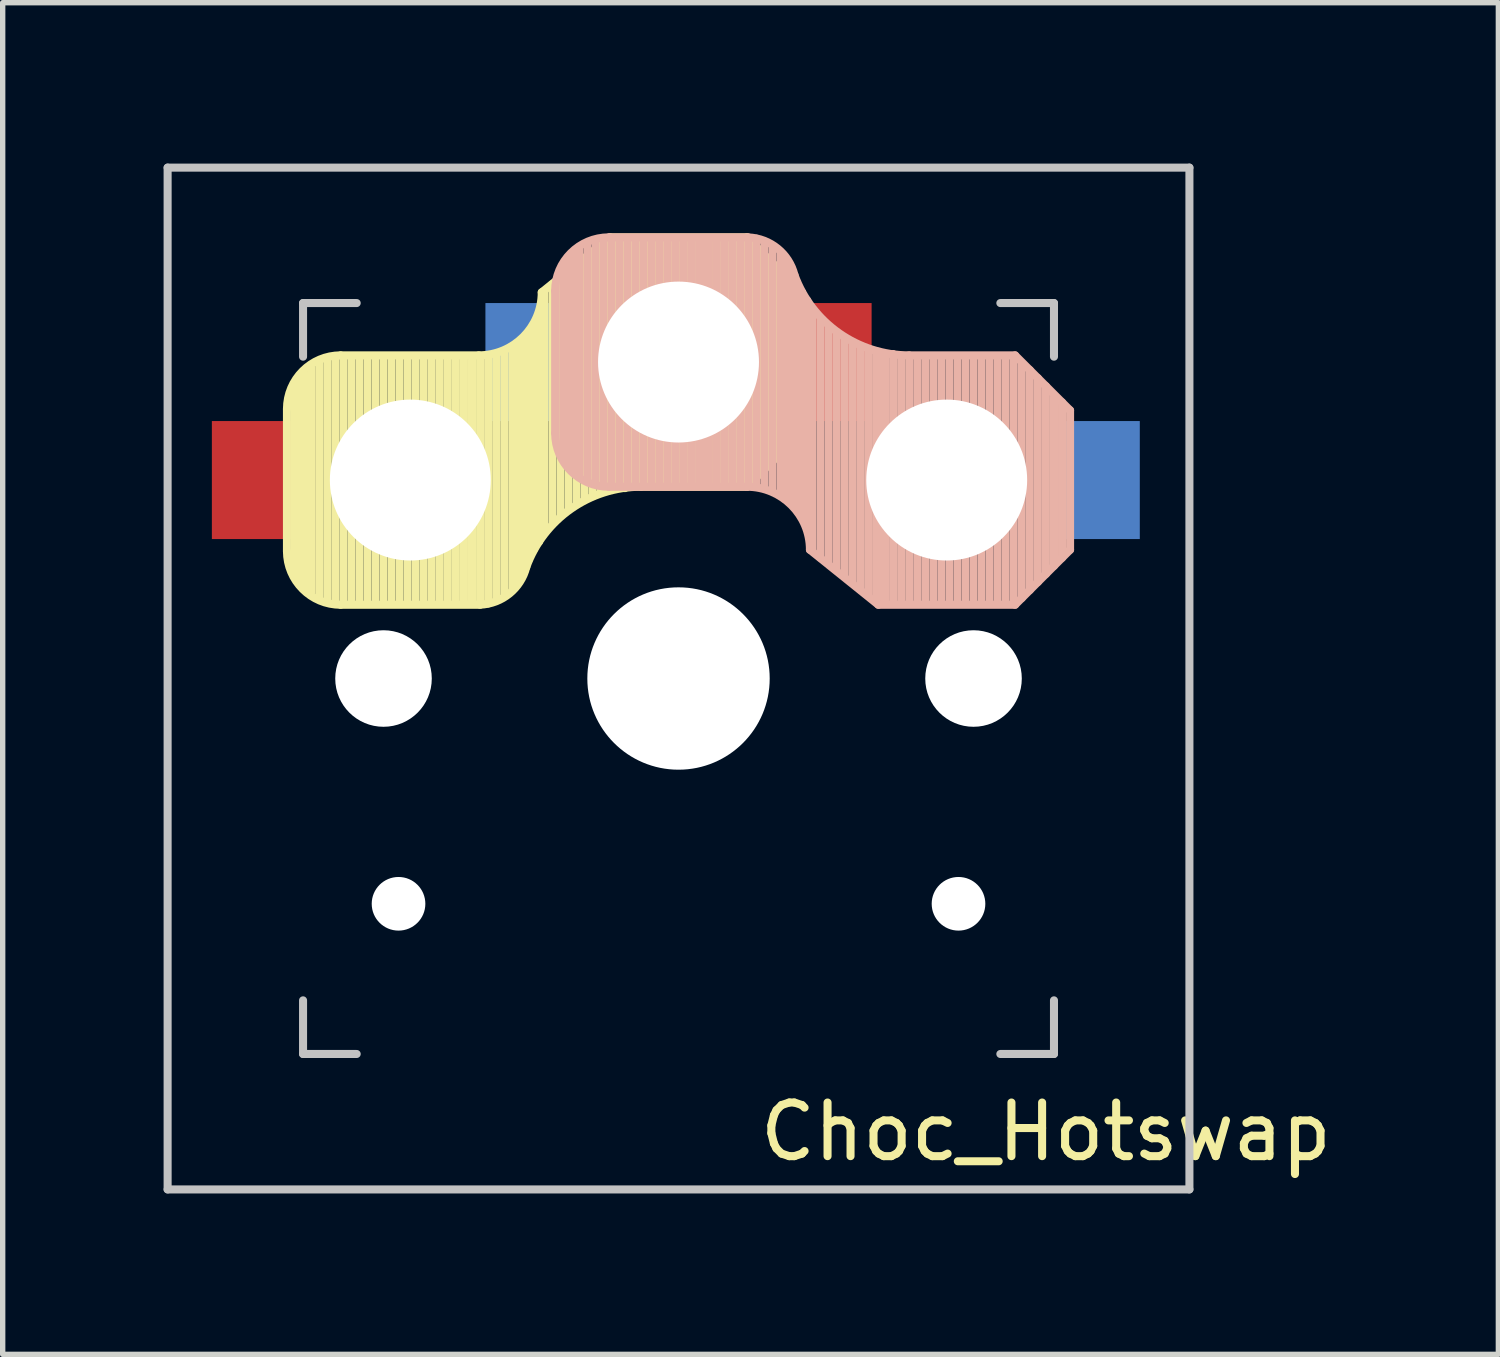
<source format=kicad_pcb>
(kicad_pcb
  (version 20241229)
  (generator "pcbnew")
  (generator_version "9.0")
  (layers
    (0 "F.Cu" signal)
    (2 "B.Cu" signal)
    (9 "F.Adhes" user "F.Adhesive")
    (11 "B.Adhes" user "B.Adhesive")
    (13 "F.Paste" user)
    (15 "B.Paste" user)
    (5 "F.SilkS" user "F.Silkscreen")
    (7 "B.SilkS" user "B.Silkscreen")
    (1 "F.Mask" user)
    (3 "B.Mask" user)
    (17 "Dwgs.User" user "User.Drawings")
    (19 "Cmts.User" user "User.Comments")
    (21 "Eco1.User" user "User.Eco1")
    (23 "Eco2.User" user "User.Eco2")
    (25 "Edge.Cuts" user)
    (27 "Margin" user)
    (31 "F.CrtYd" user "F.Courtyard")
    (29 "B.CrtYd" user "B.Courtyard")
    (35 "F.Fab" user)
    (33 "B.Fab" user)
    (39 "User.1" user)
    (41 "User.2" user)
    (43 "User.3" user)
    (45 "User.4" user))
  (footprint "Choc_Hotswap"
    (layer "F.Cu")
    (at 9.6 9.6)
    (property "Reference" "Choc_Hotswap" (at 6.85 8.45 180) (layer "F.SilkS") (effects (font (size 1 1) (thickness 0.15))))
    (attr through_hole)
    (fp_line (start -7.3 -5.025) (end -7.3 -2.375) (stroke (width 0.15) (type solid)) (layer "F.SilkS"))
    (fp_line (start -7.15 -1.95) (end -7.15 -5.5) (stroke (width 0.15) (type solid)) (layer "F.SilkS"))
    (fp_line (start -7.05 -1.8) (end -7.05 -5.55) (stroke (width 0.15) (type solid)) (layer "F.SilkS"))
    (fp_line (start -6.95 -1.7) (end -6.95 -5.65) (stroke (width 0.15) (type solid)) (layer "F.SilkS"))
    (fp_line (start -6.85 -1.6) (end -6.85 -5.8) (stroke (width 0.15) (type solid)) (layer "F.SilkS"))
    (fp_line (start -6.7 -1.5) (end -6.7 -5.9) (stroke (width 0.15) (type solid)) (layer "F.SilkS"))
    (fp_line (start -6.55 -1.45) (end -6.55 -5.95) (stroke (width 0.15) (type solid)) (layer "F.SilkS"))
    (fp_line (start -6.4 -1.4) (end -6.4 -5.95) (stroke (width 0.15) (type solid)) (layer "F.SilkS"))
    (fp_line (start -6.3 -6.025) (end -3.725 -6.025) (stroke (width 0.15) (type solid)) (layer "F.SilkS"))
    (fp_line (start -6.3 -1.375) (end -3.7 -1.375) (stroke (width 0.15) (type solid)) (layer "F.SilkS"))
    (fp_line (start -6.25 -1.4) (end -6.25 -6) (stroke (width 0.15) (type solid)) (layer "F.SilkS"))
    (fp_line (start -6.1 -1.4) (end -6.1 -6) (stroke (width 0.15) (type solid)) (layer "F.SilkS"))
    (fp_line (start -5.95 -1.4) (end -5.95 -6) (stroke (width 0.15) (type solid)) (layer "F.SilkS"))
    (fp_line (start -5.8 -1.4) (end -5.8 -6) (stroke (width 0.15) (type solid)) (layer "F.SilkS"))
    (fp_line (start -5.65 -1.4) (end -5.65 -6) (stroke (width 0.15) (type solid)) (layer "F.SilkS"))
    (fp_line (start -5.5 -1.4) (end -5.5 -6) (stroke (width 0.15) (type solid)) (layer "F.SilkS"))
    (fp_line (start -5.35 -1.4) (end -5.35 -6) (stroke (width 0.15) (type solid)) (layer "F.SilkS"))
    (fp_line (start -5.2 -1.4) (end -5.2 -6) (stroke (width 0.15) (type solid)) (layer "F.SilkS"))
    (fp_line (start -5.05 -1.4) (end -5.05 -6) (stroke (width 0.15) (type solid)) (layer "F.SilkS"))
    (fp_line (start -4.9 -1.4) (end -4.9 -6) (stroke (width 0.15) (type solid)) (layer "F.SilkS"))
    (fp_line (start -4.75 -1.4) (end -4.75 -6) (stroke (width 0.15) (type solid)) (layer "F.SilkS"))
    (fp_line (start -4.6 -1.4) (end -4.6 -6) (stroke (width 0.15) (type solid)) (layer "F.SilkS"))
    (fp_line (start -4.45 -1.4) (end -4.45 -6) (stroke (width 0.15) (type solid)) (layer "F.SilkS"))
    (fp_line (start -4.3 -1.4) (end -4.3 -6) (stroke (width 0.15) (type solid)) (layer "F.SilkS"))
    (fp_line (start -4.15 -1.4) (end -4.15 -6) (stroke (width 0.15) (type solid)) (layer "F.SilkS"))
    (fp_line (start -4 -1.4) (end -4 -6) (stroke (width 0.15) (type solid)) (layer "F.SilkS"))
    (fp_line (start -3.85 -1.4) (end -3.85 -5.95) (stroke (width 0.15) (type solid)) (layer "F.SilkS"))
    (fp_line (start -3.7 -1.4) (end -3.7 -6) (stroke (width 0.15) (type solid)) (layer "F.SilkS"))
    (fp_line (start -3.55 -1.4) (end -3.55 -6) (stroke (width 0.15) (type solid)) (layer "F.SilkS"))
    (fp_line (start -3.4 -1.45) (end -3.4 -6) (stroke (width 0.15) (type solid)) (layer "F.SilkS"))
    (fp_line (start -3.25 -1.55) (end -3.25 -6.1) (stroke (width 0.15) (type solid)) (layer "F.SilkS"))
    (fp_line (start -3.1 -1.65) (end -3.1 -6.15) (stroke (width 0.15) (type solid)) (layer "F.SilkS"))
    (fp_line (start -3 -1.8) (end -3 -6.2) (stroke (width 0.15) (type solid)) (layer "F.SilkS"))
    (fp_line (start -2.9 -2.05) (end -2.9 -6.25) (stroke (width 0.15) (type solid)) (layer "F.SilkS"))
    (fp_line (start -2.8 -2.2) (end -2.8 -6.35) (stroke (width 0.15) (type solid)) (layer "F.SilkS"))
    (fp_line (start -2.7 -2.4) (end -2.7 -6.55) (stroke (width 0.15) (type solid)) (layer "F.SilkS"))
    (fp_line (start -2.6 -2.55) (end -2.6 -6.7) (stroke (width 0.15) (type solid)) (layer "F.SilkS"))
    (fp_line (start -2.5 -2.75) (end -2.5 -7.2) (stroke (width 0.15) (type solid)) (layer "F.SilkS"))
    (fp_line (start -2.35 -2.9) (end -2.35 -7.35) (stroke (width 0.15) (type solid)) (layer "F.SilkS"))
    (fp_line (start -2.2 -3.05) (end -2.2 -7.45) (stroke (width 0.15) (type solid)) (layer "F.SilkS"))
    (fp_line (start -2.05 -3.15) (end -2.05 -7.55) (stroke (width 0.15) (type solid)) (layer "F.SilkS"))
    (fp_line (start -1.9 -3.25) (end -1.9 -7.7) (stroke (width 0.15) (type solid)) (layer "F.SilkS"))
    (fp_line (start -1.75 -3.35) (end -1.75 -7.8) (stroke (width 0.15) (type solid)) (layer "F.SilkS"))
    (fp_line (start -1.6 -3.4) (end -1.6 -7.95) (stroke (width 0.15) (type solid)) (layer "F.SilkS"))
    (fp_line (start -1.45 -3.5) (end -1.45 -8.05) (stroke (width 0.15) (type solid)) (layer "F.SilkS"))
    (fp_line (start -1.3 -3.55) (end -1.3 -8.15) (stroke (width 0.15) (type solid)) (layer "F.SilkS"))
    (fp_line (start -1.275 -8.225) (end -2.55 -7.2) (stroke (width 0.15) (type solid)) (layer "F.SilkS"))
    (fp_line (start -1.275 -8.225) (end 1.275 -8.225) (stroke (width 0.15) (type solid)) (layer "F.SilkS"))
    (fp_line (start -1.15 -3.55) (end -1.15 -8.2) (stroke (width 0.15) (type solid)) (layer "F.SilkS"))
    (fp_line (start -1 -3.55) (end -1 -8.2) (stroke (width 0.15) (type solid)) (layer "F.SilkS"))
    (fp_line (start -0.85 -3.6) (end -0.85 -8.15) (stroke (width 0.15) (type solid)) (layer "F.SilkS"))
    (fp_line (start -0.7 -3.6) (end -0.7 -8.2) (stroke (width 0.15) (type solid)) (layer "F.SilkS"))
    (fp_line (start -0.7 -3.575) (end 1.275 -3.575) (stroke (width 0.15) (type solid)) (layer "F.SilkS"))
    (fp_line (start -0.55 -3.6) (end -0.55 -8.2) (stroke (width 0.15) (type solid)) (layer "F.SilkS"))
    (fp_line (start -0.4 -3.6) (end -0.4 -8.2) (stroke (width 0.15) (type solid)) (layer "F.SilkS"))
    (fp_line (start -0.25 -3.6) (end -0.25 -8.2) (stroke (width 0.15) (type solid)) (layer "F.SilkS"))
    (fp_line (start -0.1 -3.6) (end -0.1 -8.2) (stroke (width 0.15) (type solid)) (layer "F.SilkS"))
    (fp_line (start 0.05 -3.6) (end 0.05 -8.2) (stroke (width 0.15) (type solid)) (layer "F.SilkS"))
    (fp_line (start 0.2 -3.6) (end 0.2 -8.2) (stroke (width 0.15) (type solid)) (layer "F.SilkS"))
    (fp_line (start 0.35 -3.6) (end 0.35 -8.2) (stroke (width 0.15) (type solid)) (layer "F.SilkS"))
    (fp_line (start 0.5 -3.6) (end 0.5 -8.2) (stroke (width 0.15) (type solid)) (layer "F.SilkS"))
    (fp_line (start 0.65 -3.6) (end 0.65 -8.2) (stroke (width 0.15) (type solid)) (layer "F.SilkS"))
    (fp_line (start 0.8 -3.6) (end 0.8 -8.2) (stroke (width 0.15) (type solid)) (layer "F.SilkS"))
    (fp_line (start 0.95 -3.6) (end 0.95 -8.2) (stroke (width 0.15) (type solid)) (layer "F.SilkS"))
    (fp_line (start 1.1 -3.6) (end 1.1 -8.2) (stroke (width 0.15) (type solid)) (layer "F.SilkS"))
    (fp_line (start 1.25 -3.6) (end 1.25 -8.2) (stroke (width 0.15) (type solid)) (layer "F.SilkS"))
    (fp_line (start 1.4 -3.75) (end 1.4 -8.1) (stroke (width 0.15) (type solid)) (layer "F.SilkS"))
    (fp_line (start 1.55 -3.85) (end 1.55 -7.95) (stroke (width 0.15) (type solid)) (layer "F.SilkS"))
    (fp_line (start 1.7 -4) (end 1.7 -7.8) (stroke (width 0.15) (type solid)) (layer "F.SilkS"))
    (fp_line (start 1.85 -4.15) (end 1.85 -7.65) (stroke (width 0.15) (type solid)) (layer "F.SilkS"))
    (fp_line (start 2 -4.35) (end 2 -7.5) (stroke (width 0.15) (type solid)) (layer "F.SilkS"))
    (fp_line (start 2.15 -4.45) (end 2.15 -7.35) (stroke (width 0.15) (type solid)) (layer "F.SilkS"))
    (fp_line (start 2.3 -7.2) (end 1.275 -8.225) (stroke (width 0.15) (type solid)) (layer "F.SilkS"))
    (fp_line (start 2.3 -7.2) (end 2.3 -4.6) (stroke (width 0.15) (type solid)) (layer "F.SilkS"))
    (fp_line (start 2.3 -4.6) (end 1.275 -3.575) (stroke (width 0.15) (type solid)) (layer "F.SilkS"))
    (fp_arc (start -7.3 -5.025) (mid -7.007107 -5.732107) (end -6.3 -6.025) (stroke (width 0.15) (type solid)) (layer "F.SilkS"))
    (fp_arc (start -6.3 -1.375) (mid -7.007107 -1.667893) (end -7.3 -2.375) (stroke (width 0.15) (type solid)) (layer "F.SilkS"))
    (fp_arc (start -2.837801 -2.078096) (mid -3.151716 -1.583979) (end -3.699005 -1.376209) (stroke (width 0.15) (type solid)) (layer "F.SilkS"))
    (fp_arc (start -2.837801 -2.078096) (mid -2.004887 -3.163571) (end -0.7 -3.575) (stroke (width 0.15) (type solid)) (layer "F.SilkS"))
    (fp_arc (start -2.55 -7.2) (mid -2.89415 -6.36915) (end -3.725 -6.025) (stroke (width 0.15) (type solid)) (layer "F.SilkS"))
    (fp_line (start -2.3 -4.575) (end -2.3 -7.225) (stroke (width 0.15) (type solid)) (layer "B.SilkS"))
    (fp_line (start -2.15 -7.65) (end -2.15 -4.1) (stroke (width 0.15) (type solid)) (layer "B.SilkS"))
    (fp_line (start -2.05 -7.8) (end -2.05 -4.05) (stroke (width 0.15) (type solid)) (layer "B.SilkS"))
    (fp_line (start -1.95 -7.9) (end -1.95 -3.95) (stroke (width 0.15) (type solid)) (layer "B.SilkS"))
    (fp_line (start -1.85 -8) (end -1.85 -3.8) (stroke (width 0.15) (type solid)) (layer "B.SilkS"))
    (fp_line (start -1.7 -8.1) (end -1.7 -3.7) (stroke (width 0.15) (type solid)) (layer "B.SilkS"))
    (fp_line (start -1.55 -8.15) (end -1.55 -3.65) (stroke (width 0.15) (type solid)) (layer "B.SilkS"))
    (fp_line (start -1.4 -8.2) (end -1.4 -3.65) (stroke (width 0.15) (type solid)) (layer "B.SilkS"))
    (fp_line (start -1.3 -8.225) (end 1.3 -8.225) (stroke (width 0.15) (type solid)) (layer "B.SilkS"))
    (fp_line (start -1.3 -3.575) (end 1.275 -3.575) (stroke (width 0.15) (type solid)) (layer "B.SilkS"))
    (fp_line (start -1.25 -8.2) (end -1.25 -3.6) (stroke (width 0.15) (type solid)) (layer "B.SilkS"))
    (fp_line (start -1.1 -8.2) (end -1.1 -3.6) (stroke (width 0.15) (type solid)) (layer "B.SilkS"))
    (fp_line (start -0.95 -8.2) (end -0.95 -3.6) (stroke (width 0.15) (type solid)) (layer "B.SilkS"))
    (fp_line (start -0.8 -8.2) (end -0.8 -3.6) (stroke (width 0.15) (type solid)) (layer "B.SilkS"))
    (fp_line (start -0.65 -8.2) (end -0.65 -3.6) (stroke (width 0.15) (type solid)) (layer "B.SilkS"))
    (fp_line (start -0.5 -8.2) (end -0.5 -3.6) (stroke (width 0.15) (type solid)) (layer "B.SilkS"))
    (fp_line (start -0.35 -8.2) (end -0.35 -3.6) (stroke (width 0.15) (type solid)) (layer "B.SilkS"))
    (fp_line (start -0.2 -8.2) (end -0.2 -3.6) (stroke (width 0.15) (type solid)) (layer "B.SilkS"))
    (fp_line (start -0.05 -8.2) (end -0.05 -3.6) (stroke (width 0.15) (type solid)) (layer "B.SilkS"))
    (fp_line (start 0.1 -8.2) (end 0.1 -3.6) (stroke (width 0.15) (type solid)) (layer "B.SilkS"))
    (fp_line (start 0.25 -8.2) (end 0.25 -3.6) (stroke (width 0.15) (type solid)) (layer "B.SilkS"))
    (fp_line (start 0.4 -8.2) (end 0.4 -3.6) (stroke (width 0.15) (type solid)) (layer "B.SilkS"))
    (fp_line (start 0.55 -8.2) (end 0.55 -3.6) (stroke (width 0.15) (type solid)) (layer "B.SilkS"))
    (fp_line (start 0.7 -8.2) (end 0.7 -3.6) (stroke (width 0.15) (type solid)) (layer "B.SilkS"))
    (fp_line (start 0.85 -8.2) (end 0.85 -3.6) (stroke (width 0.15) (type solid)) (layer "B.SilkS"))
    (fp_line (start 1 -8.2) (end 1 -3.6) (stroke (width 0.15) (type solid)) (layer "B.SilkS"))
    (fp_line (start 1.15 -8.2) (end 1.15 -3.65) (stroke (width 0.15) (type solid)) (layer "B.SilkS"))
    (fp_line (start 1.3 -8.2) (end 1.3 -3.6) (stroke (width 0.15) (type solid)) (layer "B.SilkS"))
    (fp_line (start 1.45 -8.2) (end 1.45 -3.6) (stroke (width 0.15) (type solid)) (layer "B.SilkS"))
    (fp_line (start 1.6 -8.15) (end 1.6 -3.6) (stroke (width 0.15) (type solid)) (layer "B.SilkS"))
    (fp_line (start 1.75 -8.05) (end 1.75 -3.5) (stroke (width 0.15) (type solid)) (layer "B.SilkS"))
    (fp_line (start 1.9 -7.95) (end 1.9 -3.45) (stroke (width 0.15) (type solid)) (layer "B.SilkS"))
    (fp_line (start 2 -7.8) (end 2 -3.4) (stroke (width 0.15) (type solid)) (layer "B.SilkS"))
    (fp_line (start 2.1 -7.55) (end 2.1 -3.35) (stroke (width 0.15) (type solid)) (layer "B.SilkS"))
    (fp_line (start 2.2 -7.4) (end 2.2 -3.25) (stroke (width 0.15) (type solid)) (layer "B.SilkS"))
    (fp_line (start 2.3 -7.2) (end 2.3 -3.05) (stroke (width 0.15) (type solid)) (layer "B.SilkS"))
    (fp_line (start 2.4 -7.05) (end 2.4 -2.9) (stroke (width 0.15) (type solid)) (layer "B.SilkS"))
    (fp_line (start 2.5 -6.85) (end 2.5 -2.4) (stroke (width 0.15) (type solid)) (layer "B.SilkS"))
    (fp_line (start 2.65 -6.7) (end 2.65 -2.25) (stroke (width 0.15) (type solid)) (layer "B.SilkS"))
    (fp_line (start 2.8 -6.55) (end 2.8 -2.15) (stroke (width 0.15) (type solid)) (layer "B.SilkS"))
    (fp_line (start 2.95 -6.45) (end 2.95 -2.05) (stroke (width 0.15) (type solid)) (layer "B.SilkS"))
    (fp_line (start 3.1 -6.35) (end 3.1 -1.9) (stroke (width 0.15) (type solid)) (layer "B.SilkS"))
    (fp_line (start 3.25 -6.25) (end 3.25 -1.8) (stroke (width 0.15) (type solid)) (layer "B.SilkS"))
    (fp_line (start 3.4 -6.2) (end 3.4 -1.65) (stroke (width 0.15) (type solid)) (layer "B.SilkS"))
    (fp_line (start 3.55 -6.1) (end 3.55 -1.55) (stroke (width 0.15) (type solid)) (layer "B.SilkS"))
    (fp_line (start 3.7 -6.05) (end 3.7 -1.45) (stroke (width 0.15) (type solid)) (layer "B.SilkS"))
    (fp_line (start 3.725 -1.375) (end 2.45 -2.4) (stroke (width 0.15) (type solid)) (layer "B.SilkS"))
    (fp_line (start 3.725 -1.375) (end 6.275 -1.375) (stroke (width 0.15) (type solid)) (layer "B.SilkS"))
    (fp_line (start 3.85 -6.05) (end 3.85 -1.4) (stroke (width 0.15) (type solid)) (layer "B.SilkS"))
    (fp_line (start 4 -6.05) (end 4 -1.4) (stroke (width 0.15) (type solid)) (layer "B.SilkS"))
    (fp_line (start 4.15 -6) (end 4.15 -1.45) (stroke (width 0.15) (type solid)) (layer "B.SilkS"))
    (fp_line (start 4.3 -6.025) (end 6.275 -6.025) (stroke (width 0.15) (type solid)) (layer "B.SilkS"))
    (fp_line (start 4.3 -6) (end 4.3 -1.4) (stroke (width 0.15) (type solid)) (layer "B.SilkS"))
    (fp_line (start 4.45 -6) (end 4.45 -1.4) (stroke (width 0.15) (type solid)) (layer "B.SilkS"))
    (fp_line (start 4.6 -6) (end 4.6 -1.4) (stroke (width 0.15) (type solid)) (layer "B.SilkS"))
    (fp_line (start 4.75 -6) (end 4.75 -1.4) (stroke (width 0.15) (type solid)) (layer "B.SilkS"))
    (fp_line (start 4.9 -6) (end 4.9 -1.4) (stroke (width 0.15) (type solid)) (layer "B.SilkS"))
    (fp_line (start 5.05 -6) (end 5.05 -1.4) (stroke (width 0.15) (type solid)) (layer "B.SilkS"))
    (fp_line (start 5.2 -6) (end 5.2 -1.4) (stroke (width 0.15) (type solid)) (layer "B.SilkS"))
    (fp_line (start 5.35 -6) (end 5.35 -1.4) (stroke (width 0.15) (type solid)) (layer "B.SilkS"))
    (fp_line (start 5.5 -6) (end 5.5 -1.4) (stroke (width 0.15) (type solid)) (layer "B.SilkS"))
    (fp_line (start 5.65 -6) (end 5.65 -1.4) (stroke (width 0.15) (type solid)) (layer "B.SilkS"))
    (fp_line (start 5.8 -6) (end 5.8 -1.4) (stroke (width 0.15) (type solid)) (layer "B.SilkS"))
    (fp_line (start 5.95 -6) (end 5.95 -1.4) (stroke (width 0.15) (type solid)) (layer "B.SilkS"))
    (fp_line (start 6.1 -6) (end 6.1 -1.4) (stroke (width 0.15) (type solid)) (layer "B.SilkS"))
    (fp_line (start 6.25 -6) (end 6.25 -1.4) (stroke (width 0.15) (type solid)) (layer "B.SilkS"))
    (fp_line (start 6.4 -5.85) (end 6.4 -1.5) (stroke (width 0.15) (type solid)) (layer "B.SilkS"))
    (fp_line (start 6.55 -5.75) (end 6.55 -1.65) (stroke (width 0.15) (type solid)) (layer "B.SilkS"))
    (fp_line (start 6.7 -5.6) (end 6.7 -1.8) (stroke (width 0.15) (type solid)) (layer "B.SilkS"))
    (fp_line (start 6.85 -5.45) (end 6.85 -1.95) (stroke (width 0.15) (type solid)) (layer "B.SilkS"))
    (fp_line (start 7 -5.25) (end 7 -2.1) (stroke (width 0.15) (type solid)) (layer "B.SilkS"))
    (fp_line (start 7.15 -5.15) (end 7.15 -2.25) (stroke (width 0.15) (type solid)) (layer "B.SilkS"))
    (fp_line (start 7.3 -5) (end 6.275 -6.025) (stroke (width 0.15) (type solid)) (layer "B.SilkS"))
    (fp_line (start 7.3 -2.4) (end 6.275 -1.375) (stroke (width 0.15) (type solid)) (layer "B.SilkS"))
    (fp_line (start 7.3 -2.4) (end 7.3 -5) (stroke (width 0.15) (type solid)) (layer "B.SilkS"))
    (fp_arc (start -2.3 -7.225) (mid -2.007107 -7.932107) (end -1.3 -8.225) (stroke (width 0.15) (type solid)) (layer "B.SilkS"))
    (fp_arc (start -1.3 -3.575) (mid -2.007107 -3.867893) (end -2.3 -4.575) (stroke (width 0.15) (type solid)) (layer "B.SilkS"))
    (fp_arc (start 1.275 -3.575) (mid 2.10585 -3.23085) (end 2.45 -2.4) (stroke (width 0.15) (type solid)) (layer "B.SilkS"))
    (fp_arc (start 1.300995 -8.223791) (mid 1.848284 -8.016021) (end 2.162199 -7.521904) (stroke (width 0.15) (type solid)) (layer "B.SilkS"))
    (fp_arc (start 4.3 -6.025) (mid 2.995114 -6.436429) (end 2.162199 -7.521904) (stroke (width 0.15) (type solid)) (layer "B.SilkS"))
    (fp_line (start -9.525 -9.525) (end 9.525 -9.525) (stroke (width 0.15) (type solid)) (layer "Dwgs.User"))
    (fp_line (start -9.525 9.525) (end -9.525 -9.525) (stroke (width 0.15) (type solid)) (layer "Dwgs.User"))
    (fp_line (start -7 -7) (end -7 -6) (stroke (width 0.15) (type solid)) (layer "Dwgs.User"))
    (fp_line (start -7 6) (end -7 7) (stroke (width 0.15) (type solid)) (layer "Dwgs.User"))
    (fp_line (start -7 7) (end -6 7) (stroke (width 0.15) (type solid)) (layer "Dwgs.User"))
    (fp_line (start -6 -7) (end -7 -7) (stroke (width 0.15) (type solid)) (layer "Dwgs.User"))
    (fp_line (start 6 -7) (end 7 -7) (stroke (width 0.15) (type solid)) (layer "Dwgs.User"))
    (fp_line (start 7 -7) (end 7 -6) (stroke (width 0.15) (type solid)) (layer "Dwgs.User"))
    (fp_line (start 7 6) (end 7 7) (stroke (width 0.15) (type solid)) (layer "Dwgs.User"))
    (fp_line (start 7 7) (end 6 7) (stroke (width 0.15) (type solid)) (layer "Dwgs.User"))
    (fp_line (start 9.525 -9.525) (end 9.525 9.525) (stroke (width 0.15) (type solid)) (layer "Dwgs.User"))
    (fp_line (start 9.525 9.525) (end -9.525 9.525) (stroke (width 0.15) (type solid)) (layer "Dwgs.User"))
    (pad "" np_thru_hole circle (at -5.5 0 270) (size 1.8 1.8) (drill 1.8) (layers "*.Cu" "*.Mask"))
    (pad "" np_thru_hole circle (at -5.22 4.2) (size 1 1) (drill 1) (layers "*.Cu" "*.Mask"))
    (pad "" np_thru_hole circle (at -5 -3.7 90) (size 3 3) (drill 3) (layers "*.Cu" "*.Mask"))
    (pad "" np_thru_hole circle (at 0 -5.9 270) (size 3 3) (drill 3) (layers "*.Cu" "*.Mask"))
    (pad "" np_thru_hole circle (at 0 0 270) (size 3.4 3.4) (drill 3.4) (layers "*.Cu" "*.Mask"))
    (pad "" np_thru_hole circle (at 5 -3.7 270) (size 3 3) (drill 3) (layers "*.Cu" "*.Mask"))
    (pad "" np_thru_hole circle (at 5.22 4.2) (size 1 1) (drill 1) (layers "*.Cu" "*.Mask"))
    (pad "" np_thru_hole circle (at 5.5 0 270) (size 1.8 1.8) (drill 1.8) (layers "*.Cu" "*.Mask"))
    (pad "1" smd rect (at -7.9 -3.7) (size 1.6 2.2) (layers "F.Cu" "F.Mask" "F.Paste"))
    (pad "1" smd rect (at 7.8 -3.7) (size 1.6 2.2) (layers "B.Cu" "B.Mask" "B.Paste"))
    (pad "2" smd rect (at -2.8 -5.9) (size 1.6 2.2) (layers "B.Cu" "B.Mask" "B.Paste"))
    (pad "2" smd rect (at 2.8 -5.9) (size 1.6 2.2) (layers "F.Cu" "F.Mask" "F.Paste")))
  (gr_rect
    (start -3 -3)
    (end 24.885 22.2)
    (stroke (width 0.1) (type default))
    (fill no)
    (layer "Edge.Cuts")))
</source>
